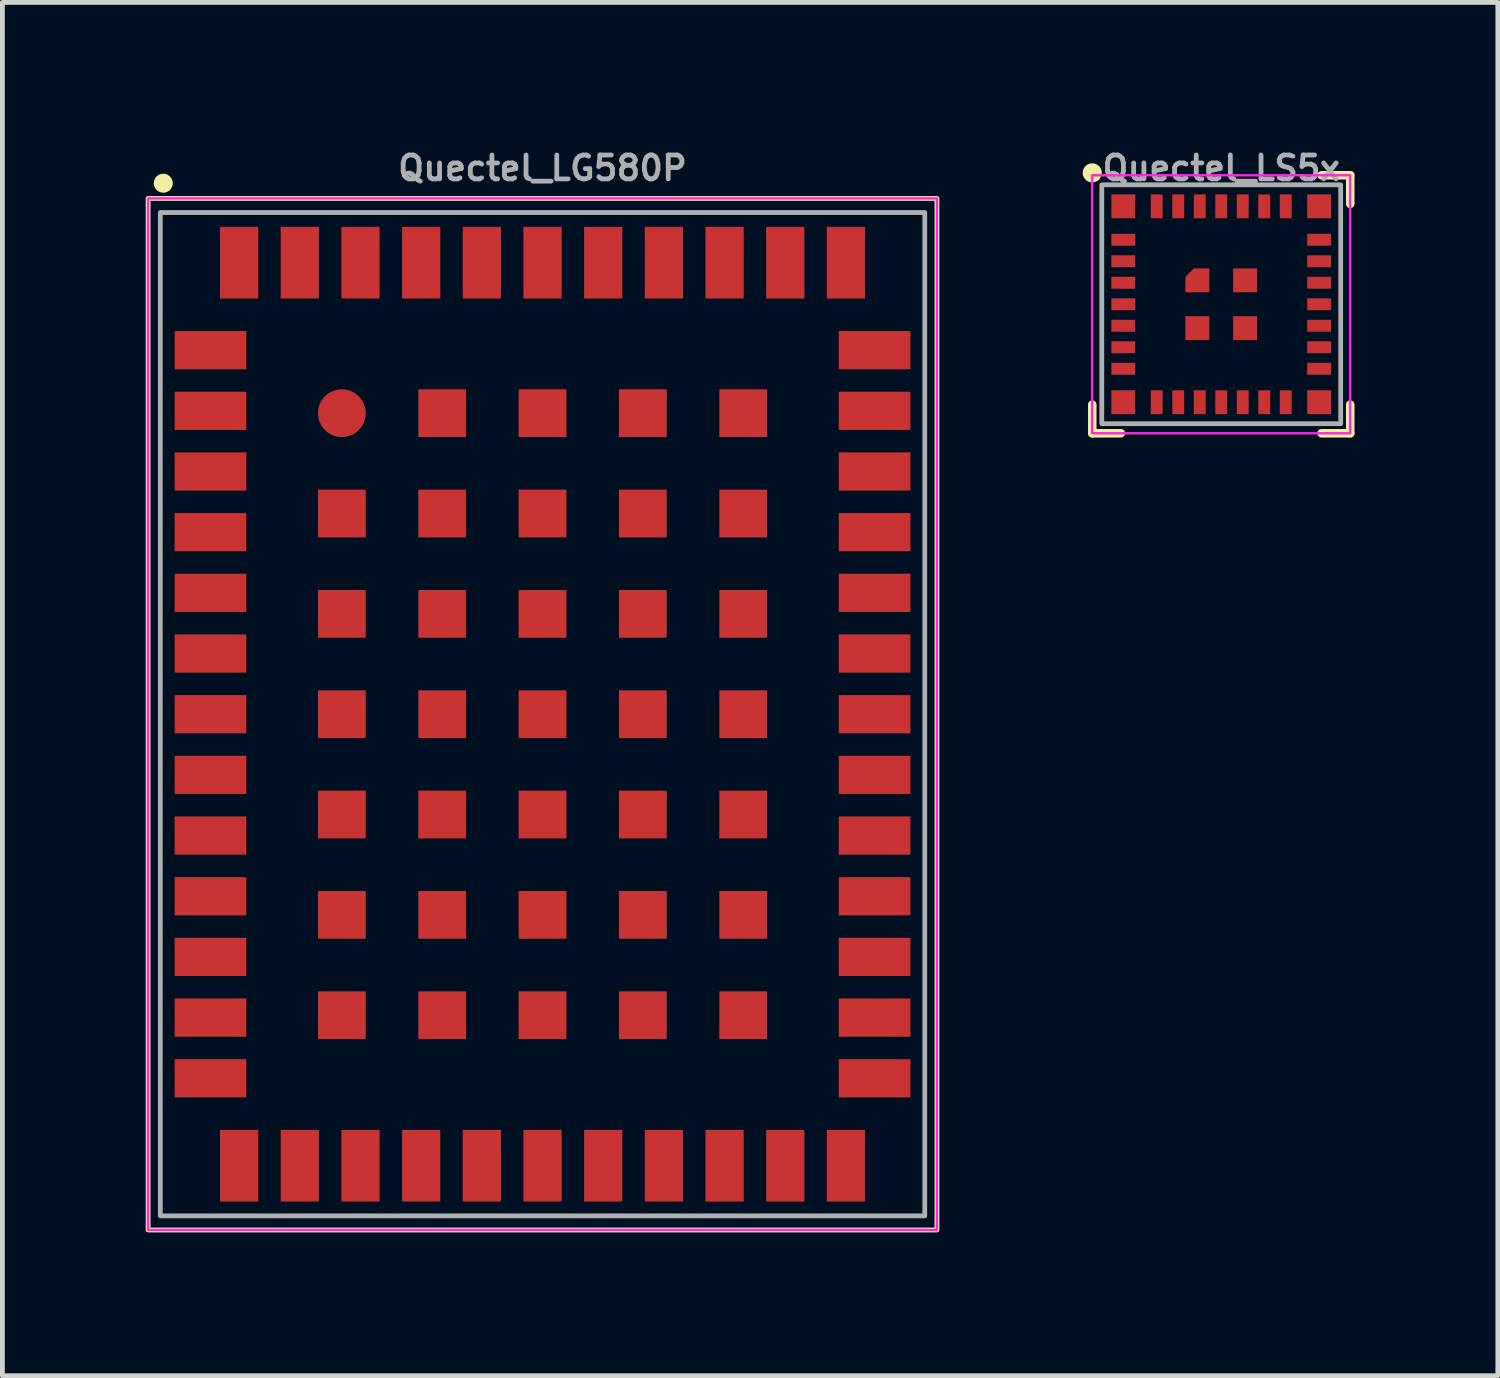
<source format=kicad_pcb>
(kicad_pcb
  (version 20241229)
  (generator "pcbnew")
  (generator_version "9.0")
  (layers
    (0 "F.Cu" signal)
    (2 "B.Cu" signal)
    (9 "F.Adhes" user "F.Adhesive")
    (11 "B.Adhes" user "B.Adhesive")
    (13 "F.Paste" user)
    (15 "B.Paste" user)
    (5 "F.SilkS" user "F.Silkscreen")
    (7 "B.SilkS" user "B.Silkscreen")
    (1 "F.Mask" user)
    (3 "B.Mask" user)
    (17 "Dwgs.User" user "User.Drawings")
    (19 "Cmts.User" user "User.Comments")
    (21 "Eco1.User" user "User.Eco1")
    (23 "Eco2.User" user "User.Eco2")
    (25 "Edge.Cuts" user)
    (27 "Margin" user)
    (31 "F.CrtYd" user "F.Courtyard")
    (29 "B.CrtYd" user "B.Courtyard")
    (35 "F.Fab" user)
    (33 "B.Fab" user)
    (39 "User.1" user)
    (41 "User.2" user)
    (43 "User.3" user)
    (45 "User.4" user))
  (footprint "Quectel_LS5x"
    (layer "F.Cu")
    (at 22.51 3.318)
    (property "Reference" "Quectel_LS5x" (at 0 -2.85 0) (layer "F.Fab") (effects (font (size 0.5 0.5) (thickness 0.1))))
    (attr smd)
    (fp_line (start -2.7 2.7) (end -2.7 2.1) (stroke (width 0.178) (type default)) (layer "F.SilkS"))
    (fp_line (start -2.1 2.7) (end -2.7 2.7) (stroke (width 0.178) (type default)) (layer "F.SilkS"))
    (fp_line (start 2.1 -2.7) (end 2.7 -2.7) (stroke (width 0.178) (type default)) (layer "F.SilkS"))
    (fp_line (start 2.7 -2.7) (end 2.7 -2.1) (stroke (width 0.178) (type default)) (layer "F.SilkS"))
    (fp_line (start 2.7 2.1) (end 2.7 2.7) (stroke (width 0.178) (type default)) (layer "F.SilkS"))
    (fp_line (start 2.7 2.7) (end 2.1 2.7) (stroke (width 0.178) (type default)) (layer "F.SilkS"))
    (fp_circle (center -2.7 -2.75) (end -2.8 -2.75) (stroke (width 0.2) (type solid)) (fill yes) (layer "F.SilkS"))
    (fp_rect (start -2.7 -2.7) (end 2.7 2.7) (stroke (width 0.05) (type default)) (fill no) (layer "F.CrtYd"))
    (fp_rect (start -2.5 -2.5) (end 2.5 2.5) (stroke (width 0.1) (type default)) (fill no) (layer "F.Fab"))
    (pad "1" smd rect (at -2.05 -1.35) (size 0.5 0.25) (layers "F.Cu" "F.Mask" "F.Paste"))
    (pad "2" smd rect (at -2.05 -0.9) (size 0.5 0.25) (layers "F.Cu" "F.Mask" "F.Paste"))
    (pad "3" smd rect (at -2.05 -0.45) (size 0.5 0.25) (layers "F.Cu" "F.Mask" "F.Paste"))
    (pad "4" smd rect (at -2.05 0) (size 0.5 0.25) (layers "F.Cu" "F.Mask" "F.Paste"))
    (pad "5" smd rect (at -2.05 0.45) (size 0.5 0.25) (layers "F.Cu" "F.Mask" "F.Paste"))
    (pad "6" smd rect (at -2.05 0.9) (size 0.5 0.25) (layers "F.Cu" "F.Mask" "F.Paste"))
    (pad "7" smd rect (at -2.05 1.35) (size 0.5 0.25) (layers "F.Cu" "F.Mask" "F.Paste"))
    (pad "8" smd rect (at -2.05 2.05) (size 0.5 0.5) (layers "F.Cu" "F.Mask" "F.Paste"))
    (pad "9" smd rect (at -1.35 2.05 90) (size 0.5 0.25) (layers "F.Cu" "F.Mask" "F.Paste"))
    (pad "10" smd rect (at -0.9 2.05 90) (size 0.5 0.25) (layers "F.Cu" "F.Mask" "F.Paste"))
    (pad "11" smd rect (at -0.45 2.05 90) (size 0.5 0.25) (layers "F.Cu" "F.Mask" "F.Paste"))
    (pad "12" smd rect (at 0 2.05 90) (size 0.5 0.25) (layers "F.Cu" "F.Mask" "F.Paste"))
    (pad "13" smd rect (at 0.45 2.05 90) (size 0.5 0.25) (layers "F.Cu" "F.Mask" "F.Paste"))
    (pad "14" smd rect (at 0.9 2.05 90) (size 0.5 0.25) (layers "F.Cu" "F.Mask" "F.Paste"))
    (pad "15" smd rect (at 1.35 2.05 90) (size 0.5 0.25) (layers "F.Cu" "F.Mask" "F.Paste"))
    (pad "16" smd rect (at 2.05 2.05 90) (size 0.5 0.5) (layers "F.Cu" "F.Mask" "F.Paste"))
    (pad "17" smd rect (at 2.05 1.35) (size 0.5 0.25) (layers "F.Cu" "F.Mask" "F.Paste"))
    (pad "18" smd rect (at 2.05 0.9) (size 0.5 0.25) (layers "F.Cu" "F.Mask" "F.Paste"))
    (pad "19" smd rect (at 2.05 0.45) (size 0.5 0.25) (layers "F.Cu" "F.Mask" "F.Paste"))
    (pad "20" smd rect (at 2.05 0) (size 0.5 0.25) (layers "F.Cu" "F.Mask" "F.Paste"))
    (pad "21" smd rect (at 2.05 -0.45) (size 0.5 0.25) (layers "F.Cu" "F.Mask" "F.Paste"))
    (pad "22" smd rect (at 2.05 -0.9) (size 0.5 0.25) (layers "F.Cu" "F.Mask" "F.Paste"))
    (pad "23" smd rect (at 2.05 -1.35) (size 0.5 0.25) (layers "F.Cu" "F.Mask" "F.Paste"))
    (pad "24" smd rect (at 2.05 -2.05) (size 0.5 0.5) (layers "F.Cu" "F.Mask" "F.Paste"))
    (pad "25" smd rect (at 1.35 -2.05 90) (size 0.5 0.25) (layers "F.Cu" "F.Mask" "F.Paste"))
    (pad "26" smd rect (at 0.9 -2.05 90) (size 0.5 0.25) (layers "F.Cu" "F.Mask" "F.Paste"))
    (pad "27" smd rect (at 0.45 -2.05 90) (size 0.5 0.25) (layers "F.Cu" "F.Mask" "F.Paste"))
    (pad "28" smd rect (at 0 -2.05 90) (size 0.5 0.25) (layers "F.Cu" "F.Mask" "F.Paste"))
    (pad "29" smd rect (at -0.45 -2.05 90) (size 0.5 0.25) (layers "F.Cu" "F.Mask" "F.Paste"))
    (pad "30" smd rect (at -0.9 -2.05 90) (size 0.5 0.25) (layers "F.Cu" "F.Mask" "F.Paste"))
    (pad "31" smd rect (at -1.35 -2.05 90) (size 0.5 0.25) (layers "F.Cu" "F.Mask" "F.Paste"))
    (pad "32" smd rect (at -2.05 -2.05) (size 0.5 0.5) (layers "F.Cu" "F.Mask" "F.Paste"))
    (pad "33" smd roundrect (at -0.5 -0.5) (size 0.5 0.5) (layers "F.Cu" "F.Mask" "F.Paste") (roundrect_rratio 0) (chamfer_ratio 0.35) (chamfer top_left))
    (pad "34" smd rect (at 0.5 -0.5) (size 0.5 0.5) (layers "F.Cu" "F.Mask" "F.Paste"))
    (pad "35" smd rect (at -0.5 0.5) (size 0.5 0.5) (layers "F.Cu" "F.Mask" "F.Paste"))
    (pad "36" smd rect (at 0.5 0.5) (size 0.5 0.5) (layers "F.Cu" "F.Mask" "F.Paste")))
  (footprint "Quectel_LG580P"
    (layer "F.Cu")
    (at 8.305 11.898)
    (property "Reference" "Quectel_LG580P" (at 0 -11.43 0) (layer "F.Fab") (effects (font (size 0.5 0.5) (thickness 0.1))))
    (attr smd)
    (fp_rect (start -8.255 -10.795) (end 8.255 10.795) (stroke (width 0.1) (type default)) (fill no) (layer "F.SilkS"))
    (fp_circle (center -7.938 -11.113) (end -8.037 -11.113) (stroke (width 0.2) (type solid)) (fill yes) (layer "F.SilkS"))
    (fp_rect (start -8.255 -10.795) (end 8.255 10.795) (stroke (width 0.05) (type default)) (fill no) (layer "F.CrtYd"))
    (fp_rect (start -8 -10.5) (end 8 10.5) (stroke (width 0.1) (type default)) (fill no) (layer "F.Fab"))
    (pad "1" smd rect (at -6.95 -7.62) (size 1.5 0.8) (layers "F.Cu" "F.Mask" "F.Paste"))
    (pad "2" smd rect (at -6.95 -6.35) (size 1.5 0.8) (layers "F.Cu" "F.Mask" "F.Paste"))
    (pad "3" smd rect (at -6.95 -5.08) (size 1.5 0.8) (layers "F.Cu" "F.Mask" "F.Paste"))
    (pad "4" smd rect (at -6.95 -3.81) (size 1.5 0.8) (layers "F.Cu" "F.Mask" "F.Paste"))
    (pad "5" smd rect (at -6.95 -2.54) (size 1.5 0.8) (layers "F.Cu" "F.Mask" "F.Paste"))
    (pad "6" smd rect (at -6.95 -1.27) (size 1.5 0.8) (layers "F.Cu" "F.Mask" "F.Paste"))
    (pad "7" smd rect (at -6.95 0) (size 1.5 0.8) (layers "F.Cu" "F.Mask" "F.Paste"))
    (pad "8" smd rect (at -6.95 1.27) (size 1.5 0.8) (layers "F.Cu" "F.Mask" "F.Paste"))
    (pad "9" smd rect (at -6.95 2.54) (size 1.5 0.8) (layers "F.Cu" "F.Mask" "F.Paste"))
    (pad "10" smd rect (at -6.95 3.81) (size 1.5 0.8) (layers "F.Cu" "F.Mask" "F.Paste"))
    (pad "11" smd rect (at -6.95 5.08) (size 1.5 0.8) (layers "F.Cu" "F.Mask" "F.Paste"))
    (pad "12" smd rect (at -6.95 6.35) (size 1.5 0.8) (layers "F.Cu" "F.Mask" "F.Paste"))
    (pad "13" smd rect (at -6.95 7.62) (size 1.5 0.8) (layers "F.Cu" "F.Mask" "F.Paste"))
    (pad "14" smd rect (at -6.35 9.45 90) (size 1.5 0.8) (layers "F.Cu" "F.Mask" "F.Paste"))
    (pad "15" smd rect (at -5.08 9.45 90) (size 1.5 0.8) (layers "F.Cu" "F.Mask" "F.Paste"))
    (pad "16" smd rect (at -3.81 9.45 90) (size 1.5 0.8) (layers "F.Cu" "F.Mask" "F.Paste"))
    (pad "17" smd rect (at -2.54 9.45 90) (size 1.5 0.8) (layers "F.Cu" "F.Mask" "F.Paste"))
    (pad "18" smd rect (at -1.27 9.45 90) (size 1.5 0.8) (layers "F.Cu" "F.Mask" "F.Paste"))
    (pad "19" smd rect (at 0 9.45 90) (size 1.5 0.8) (layers "F.Cu" "F.Mask" "F.Paste"))
    (pad "20" smd rect (at 1.27 9.45 90) (size 1.5 0.8) (layers "F.Cu" "F.Mask" "F.Paste"))
    (pad "21" smd rect (at 2.54 9.45 90) (size 1.5 0.8) (layers "F.Cu" "F.Mask" "F.Paste"))
    (pad "22" smd rect (at 3.81 9.45 90) (size 1.5 0.8) (layers "F.Cu" "F.Mask" "F.Paste"))
    (pad "23" smd rect (at 5.08 9.45 90) (size 1.5 0.8) (layers "F.Cu" "F.Mask" "F.Paste"))
    (pad "24" smd rect (at 6.35 9.45 90) (size 1.5 0.8) (layers "F.Cu" "F.Mask" "F.Paste"))
    (pad "25" smd rect (at 6.95 7.62) (size 1.5 0.8) (layers "F.Cu" "F.Mask" "F.Paste"))
    (pad "26" smd rect (at 6.95 6.35) (size 1.5 0.8) (layers "F.Cu" "F.Mask" "F.Paste"))
    (pad "27" smd rect (at 6.95 5.08) (size 1.5 0.8) (layers "F.Cu" "F.Mask" "F.Paste"))
    (pad "28" smd rect (at 6.95 3.81) (size 1.5 0.8) (layers "F.Cu" "F.Mask" "F.Paste"))
    (pad "29" smd rect (at 6.95 2.54) (size 1.5 0.8) (layers "F.Cu" "F.Mask" "F.Paste"))
    (pad "30" smd rect (at 6.95 1.27) (size 1.5 0.8) (layers "F.Cu" "F.Mask" "F.Paste"))
    (pad "31" smd rect (at 6.95 0) (size 1.5 0.8) (layers "F.Cu" "F.Mask" "F.Paste"))
    (pad "32" smd rect (at 6.95 -1.27) (size 1.5 0.8) (layers "F.Cu" "F.Mask" "F.Paste"))
    (pad "33" smd rect (at 6.95 -2.54) (size 1.5 0.8) (layers "F.Cu" "F.Mask" "F.Paste"))
    (pad "34" smd rect (at 6.95 -3.81) (size 1.5 0.8) (layers "F.Cu" "F.Mask" "F.Paste"))
    (pad "35" smd rect (at 6.95 -5.08) (size 1.5 0.8) (layers "F.Cu" "F.Mask" "F.Paste"))
    (pad "36" smd rect (at 6.95 -6.35) (size 1.5 0.8) (layers "F.Cu" "F.Mask" "F.Paste"))
    (pad "37" smd rect (at 6.95 -7.62) (size 1.5 0.8) (layers "F.Cu" "F.Mask" "F.Paste"))
    (pad "38" smd rect (at 6.35 -9.45 90) (size 1.5 0.8) (layers "F.Cu" "F.Mask" "F.Paste"))
    (pad "39" smd rect (at 5.08 -9.45 90) (size 1.5 0.8) (layers "F.Cu" "F.Mask" "F.Paste"))
    (pad "40" smd rect (at 3.81 -9.45 90) (size 1.5 0.8) (layers "F.Cu" "F.Mask" "F.Paste"))
    (pad "41" smd rect (at 2.54 -9.45 90) (size 1.5 0.8) (layers "F.Cu" "F.Mask" "F.Paste"))
    (pad "42" smd rect (at 1.27 -9.45 90) (size 1.5 0.8) (layers "F.Cu" "F.Mask" "F.Paste"))
    (pad "43" smd rect (at 0 -9.45 90) (size 1.5 0.8) (layers "F.Cu" "F.Mask" "F.Paste"))
    (pad "44" smd rect (at -1.27 -9.45 90) (size 1.5 0.8) (layers "F.Cu" "F.Mask" "F.Paste"))
    (pad "45" smd rect (at -2.54 -9.45 90) (size 1.5 0.8) (layers "F.Cu" "F.Mask" "F.Paste"))
    (pad "46" smd rect (at -3.81 -9.45 90) (size 1.5 0.8) (layers "F.Cu" "F.Mask" "F.Paste"))
    (pad "47" smd rect (at -5.08 -9.45 90) (size 1.5 0.8) (layers "F.Cu" "F.Mask" "F.Paste"))
    (pad "48" smd rect (at -6.35 -9.45 90) (size 1.5 0.8) (layers "F.Cu" "F.Mask" "F.Paste"))
    (pad "49" smd circle (at -4.2 -6.3) (size 1 1) (layers "F.Cu" "F.Mask" "F.Paste"))
    (pad "49" smd rect (at -4.2 -4.2 180) (size 1 1) (layers "F.Cu" "F.Mask" "F.Paste"))
    (pad "49" smd rect (at -4.2 -2.1 180) (size 1 1) (layers "F.Cu" "F.Mask" "F.Paste"))
    (pad "49" smd rect (at -4.2 0 180) (size 1 1) (layers "F.Cu" "F.Mask" "F.Paste"))
    (pad "49" smd rect (at -4.2 2.1 180) (size 1 1) (layers "F.Cu" "F.Mask" "F.Paste"))
    (pad "49" smd rect (at -4.2 4.2 180) (size 1 1) (layers "F.Cu" "F.Mask" "F.Paste"))
    (pad "49" smd rect (at -4.2 6.3 180) (size 1 1) (layers "F.Cu" "F.Mask" "F.Paste"))
    (pad "49" smd rect (at -2.1 -6.3 180) (size 1 1) (layers "F.Cu" "F.Mask" "F.Paste"))
    (pad "49" smd rect (at -2.1 -4.2 180) (size 1 1) (layers "F.Cu" "F.Mask" "F.Paste"))
    (pad "49" smd rect (at -2.1 -2.1 180) (size 1 1) (layers "F.Cu" "F.Mask" "F.Paste"))
    (pad "49" smd rect (at -2.1 0 180) (size 1 1) (layers "F.Cu" "F.Mask" "F.Paste"))
    (pad "49" smd rect (at -2.1 2.1 180) (size 1 1) (layers "F.Cu" "F.Mask" "F.Paste"))
    (pad "49" smd rect (at -2.1 4.2 180) (size 1 1) (layers "F.Cu" "F.Mask" "F.Paste"))
    (pad "49" smd rect (at -2.1 6.3 180) (size 1 1) (layers "F.Cu" "F.Mask" "F.Paste"))
    (pad "49" smd rect (at 0 -6.3 180) (size 1 1) (layers "F.Cu" "F.Mask" "F.Paste"))
    (pad "49" smd rect (at 0 -4.2 180) (size 1 1) (layers "F.Cu" "F.Mask" "F.Paste"))
    (pad "49" smd rect (at 0 -2.1 180) (size 1 1) (layers "F.Cu" "F.Mask" "F.Paste"))
    (pad "49" smd rect (at 0 0 180) (size 1 1) (layers "F.Cu" "F.Mask" "F.Paste"))
    (pad "49" smd rect (at 0 2.1 180) (size 1 1) (layers "F.Cu" "F.Mask" "F.Paste"))
    (pad "49" smd rect (at 0 4.2 180) (size 1 1) (layers "F.Cu" "F.Mask" "F.Paste"))
    (pad "49" smd rect (at 0 6.3 180) (size 1 1) (layers "F.Cu" "F.Mask" "F.Paste"))
    (pad "49" smd rect (at 2.1 -6.3 180) (size 1 1) (layers "F.Cu" "F.Mask" "F.Paste"))
    (pad "49" smd rect (at 2.1 -4.2 180) (size 1 1) (layers "F.Cu" "F.Mask" "F.Paste"))
    (pad "49" smd rect (at 2.1 -2.1 180) (size 1 1) (layers "F.Cu" "F.Mask" "F.Paste"))
    (pad "49" smd rect (at 2.1 0 180) (size 1 1) (layers "F.Cu" "F.Mask" "F.Paste"))
    (pad "49" smd rect (at 2.1 2.1 180) (size 1 1) (layers "F.Cu" "F.Mask" "F.Paste"))
    (pad "49" smd rect (at 2.1 4.2 180) (size 1 1) (layers "F.Cu" "F.Mask" "F.Paste"))
    (pad "49" smd rect (at 2.1 6.3 180) (size 1 1) (layers "F.Cu" "F.Mask" "F.Paste"))
    (pad "49" smd rect (at 4.2 -6.3 180) (size 1 1) (layers "F.Cu" "F.Mask" "F.Paste"))
    (pad "49" smd rect (at 4.2 -4.2 180) (size 1 1) (layers "F.Cu" "F.Mask" "F.Paste"))
    (pad "49" smd rect (at 4.2 -2.1 180) (size 1 1) (layers "F.Cu" "F.Mask" "F.Paste"))
    (pad "49" smd rect (at 4.2 0 180) (size 1 1) (layers "F.Cu" "F.Mask" "F.Paste"))
    (pad "49" smd rect (at 4.2 2.1 180) (size 1 1) (layers "F.Cu" "F.Mask" "F.Paste"))
    (pad "49" smd rect (at 4.2 4.2 180) (size 1 1) (layers "F.Cu" "F.Mask" "F.Paste"))
    (pad "49" smd rect (at 4.2 6.3 180) (size 1 1) (layers "F.Cu" "F.Mask" "F.Paste")))
  (gr_rect
    (start -3 -3)
    (end 28.299 25.743)
    (stroke (width 0.1) (type default))
    (fill no)
    (layer "Edge.Cuts")))
</source>
